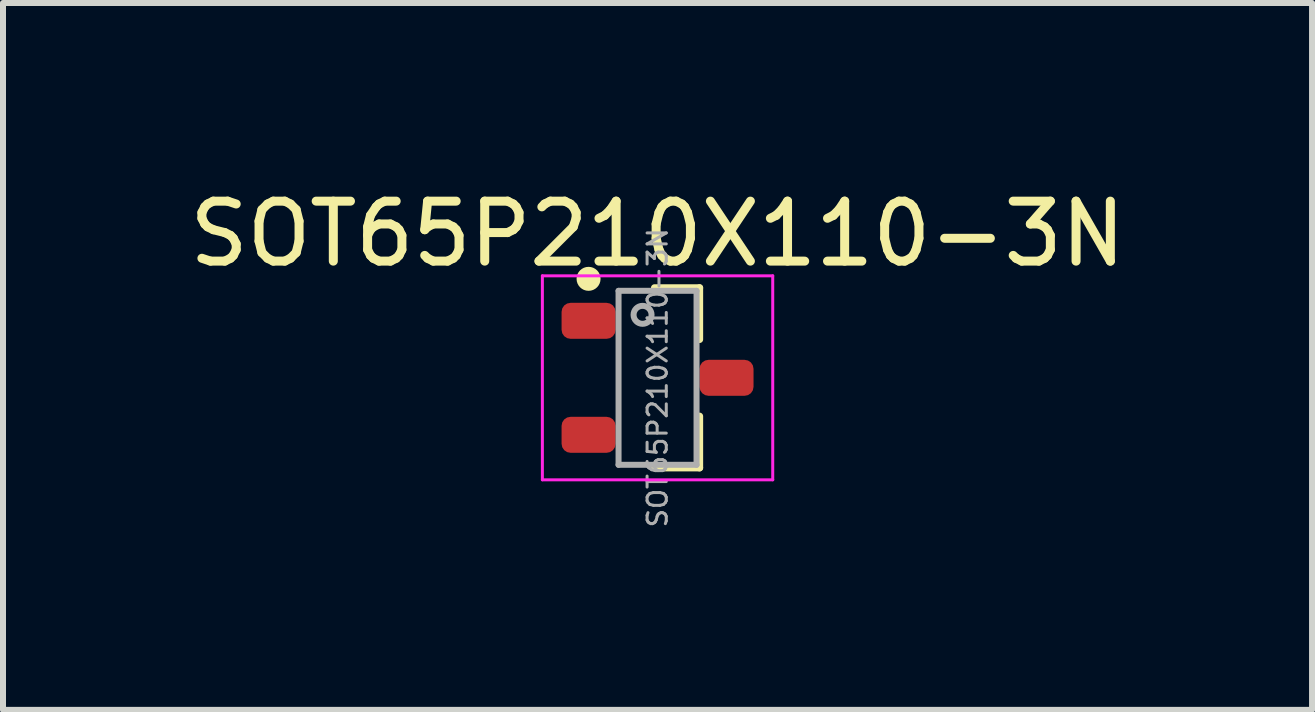
<source format=kicad_pcb>
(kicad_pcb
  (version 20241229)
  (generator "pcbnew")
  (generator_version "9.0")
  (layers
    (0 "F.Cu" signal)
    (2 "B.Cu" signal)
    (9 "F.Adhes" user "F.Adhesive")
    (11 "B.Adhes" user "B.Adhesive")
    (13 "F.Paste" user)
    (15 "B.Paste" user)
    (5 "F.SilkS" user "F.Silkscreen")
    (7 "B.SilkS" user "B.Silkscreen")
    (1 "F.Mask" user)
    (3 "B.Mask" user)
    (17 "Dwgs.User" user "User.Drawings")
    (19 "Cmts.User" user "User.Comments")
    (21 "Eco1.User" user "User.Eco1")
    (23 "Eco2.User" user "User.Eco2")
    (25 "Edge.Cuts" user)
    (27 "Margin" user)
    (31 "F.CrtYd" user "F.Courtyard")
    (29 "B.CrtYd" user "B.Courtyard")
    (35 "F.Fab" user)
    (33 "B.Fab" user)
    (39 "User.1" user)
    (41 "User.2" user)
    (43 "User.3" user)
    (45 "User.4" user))
  (footprint "SOT65P210X110-3N"
    (layer "F.Cu")
    (at 7.911 3.248)
    (property "Reference" "SOT65P210X110-3N" (at 0 -2.4 0) (layer "F.SilkS") (effects (font (size 1 1) (thickness 0.15))))
    (attr smd)
    (fp_line (start -0.05 -1.5) (end 0.7 -1.5) (stroke (width 0.12) (type solid)) (layer "F.SilkS"))
    (fp_line (start -0.05 1.5) (end 0.7 1.5) (stroke (width 0.12) (type solid)) (layer "F.SilkS"))
    (fp_line (start 0.7 -0.64) (end 0.7 -1.5) (stroke (width 0.12) (type solid)) (layer "F.SilkS"))
    (fp_line (start 0.7 0.64) (end 0.7 1.5) (stroke (width 0.12) (type solid)) (layer "F.SilkS"))
    (fp_circle (center -1.15 -1.65) (end -1 -1.65) (stroke (width 0.1) (type solid)) (fill yes) (layer "F.SilkS"))
    (fp_line (start -1.92 -1.7) (end -1.92 1.7) (stroke (width 0.05) (type solid)) (layer "F.CrtYd"))
    (fp_line (start -1.92 1.7) (end 1.92 1.7) (stroke (width 0.05) (type solid)) (layer "F.CrtYd"))
    (fp_line (start 1.92 -1.7) (end -1.92 -1.7) (stroke (width 0.05) (type solid)) (layer "F.CrtYd"))
    (fp_line (start 1.92 1.7) (end 1.92 -1.7) (stroke (width 0.05) (type solid)) (layer "F.CrtYd"))
    (fp_line (start -0.65 -1.45) (end 0.65 -1.45) (stroke (width 0.1) (type solid)) (layer "F.Fab"))
    (fp_line (start -0.65 1.45) (end -0.65 -1.45) (stroke (width 0.1) (type solid)) (layer "F.Fab"))
    (fp_line (start 0.65 -1.45) (end 0.65 1.45) (stroke (width 0.1) (type solid)) (layer "F.Fab"))
    (fp_line (start 0.65 1.45) (end -0.65 1.45) (stroke (width 0.1) (type solid)) (layer "F.Fab"))
    (fp_circle (center -0.25 -1.05) (end -0.1 -1.05) (stroke (width 0.1) (type solid)) (fill no) (layer "F.Fab"))
    (fp_text user "${REFERENCE}" (at 0 0 90) (layer "F.Fab") (effects (font (size 0.32 0.32) (thickness 0.05))))
    (pad "1" smd roundrect (at -1.15 -0.95) (size 0.9 0.6) (layers "F.Cu" "F.Mask" "F.Paste") (roundrect_rratio 0.25))
    (pad "2" smd roundrect (at -1.15 0.95) (size 0.9 0.6) (layers "F.Cu" "F.Mask" "F.Paste") (roundrect_rratio 0.25))
    (pad "3" smd roundrect (at 1.15 0) (size 0.9 0.6) (layers "F.Cu" "F.Mask" "F.Paste") (roundrect_rratio 0.25)))
  (gr_rect
    (start -3 -3)
    (end 18.821 8.783)
    (stroke (width 0.1) (type default))
    (fill no)
    (layer "Edge.Cuts")))
</source>
